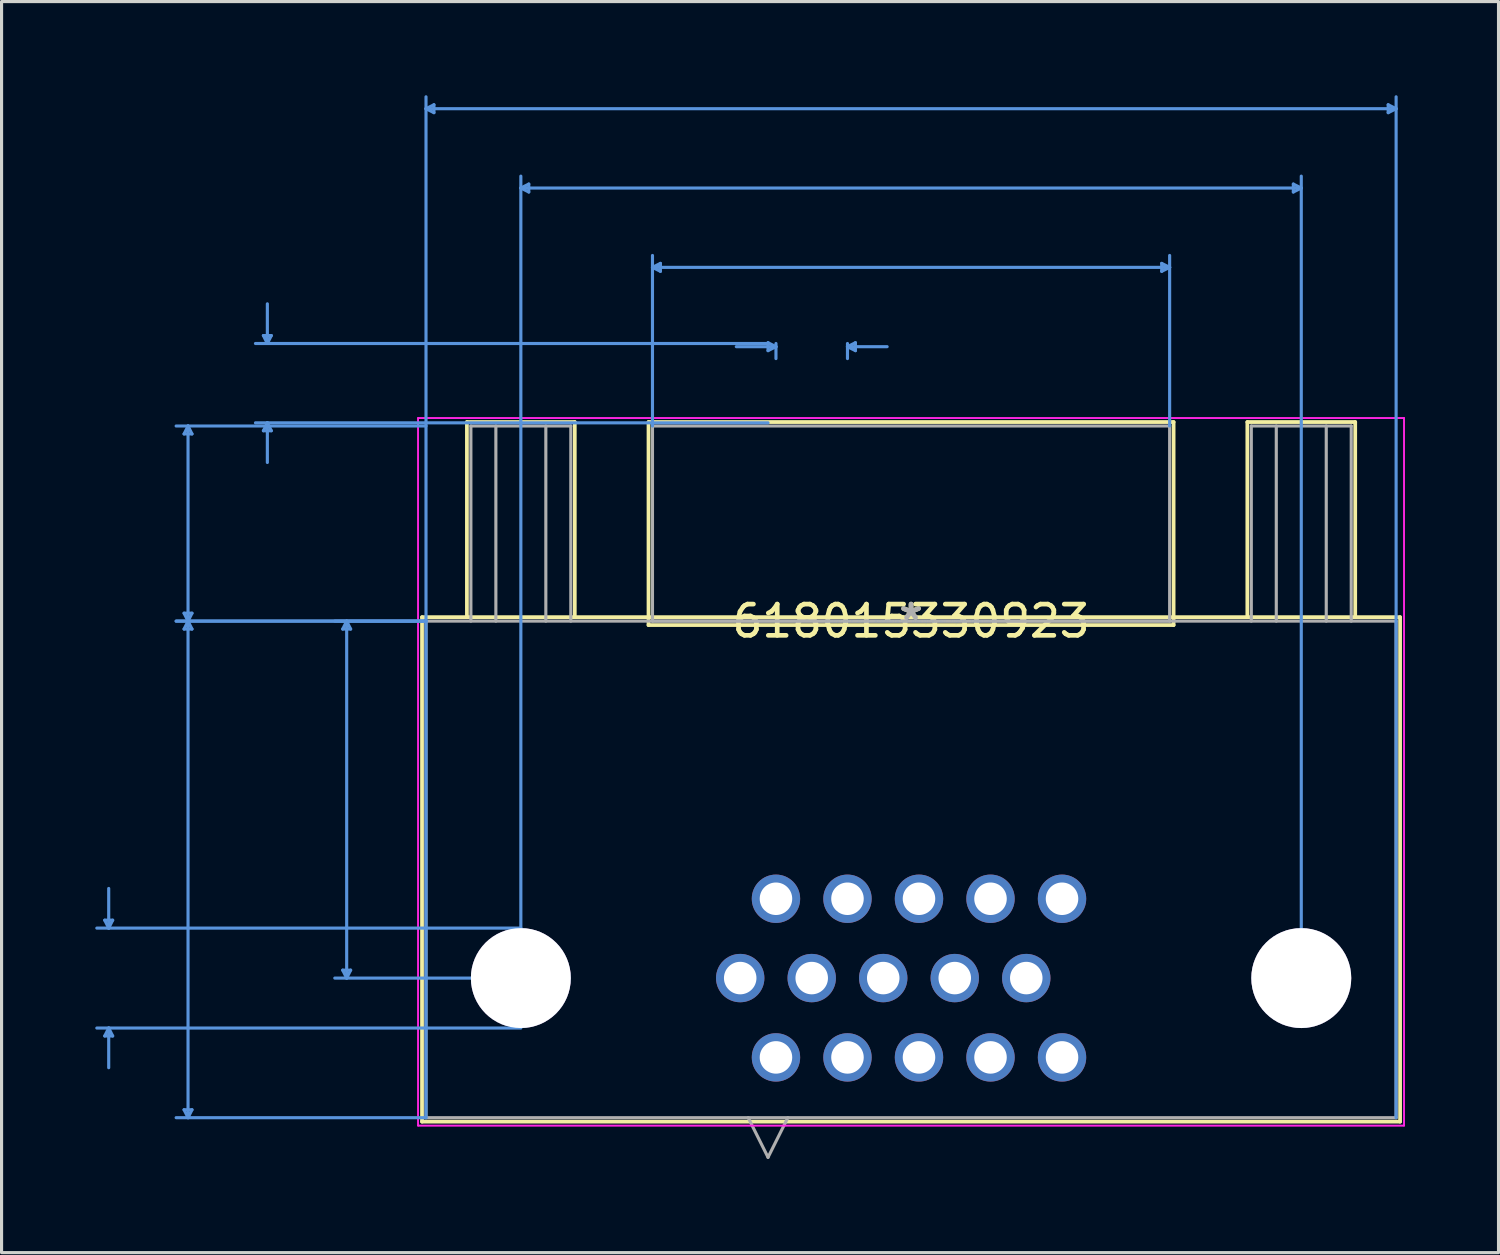
<source format=kicad_pcb>
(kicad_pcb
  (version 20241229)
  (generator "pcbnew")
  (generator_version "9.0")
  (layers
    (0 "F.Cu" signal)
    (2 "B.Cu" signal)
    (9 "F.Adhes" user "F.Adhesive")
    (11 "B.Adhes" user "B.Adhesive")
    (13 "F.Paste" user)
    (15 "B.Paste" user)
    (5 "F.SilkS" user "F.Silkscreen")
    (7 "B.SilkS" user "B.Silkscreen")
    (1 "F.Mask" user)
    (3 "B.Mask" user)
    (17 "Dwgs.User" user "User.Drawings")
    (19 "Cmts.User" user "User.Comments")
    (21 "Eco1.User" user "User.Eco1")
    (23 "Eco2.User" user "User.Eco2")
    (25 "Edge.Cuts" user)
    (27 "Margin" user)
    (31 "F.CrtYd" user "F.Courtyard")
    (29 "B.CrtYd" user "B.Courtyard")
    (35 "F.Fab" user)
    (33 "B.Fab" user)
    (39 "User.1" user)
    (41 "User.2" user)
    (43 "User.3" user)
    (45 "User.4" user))
  (footprint "618015330923"
    (layer "F.Cu")
    (at 26.123 16.839)
    (property "Reference" "618015330923" (at 0 0 0) (layer "F.SilkS") (effects (font (size 1 1) (thickness 0.15))))
    (attr through_hole)
    (fp_line (start -15.659 -0.127) (end -15.659 16.027) (stroke (width 0.12) (type solid)) (layer "F.SilkS"))
    (fp_line (start -15.659 16.027) (end 15.659 16.027) (stroke (width 0.12) (type solid)) (layer "F.SilkS"))
    (fp_line (start -14.222 -6.375) (end -10.768 -6.375) (stroke (width 0.12) (type solid)) (layer "F.SilkS"))
    (fp_line (start -14.222 -0.127) (end -14.222 -6.375) (stroke (width 0.12) (type solid)) (layer "F.SilkS"))
    (fp_line (start -10.768 -6.375) (end -10.768 -0.127) (stroke (width 0.12) (type solid)) (layer "F.SilkS"))
    (fp_line (start -8.407 -6.375) (end -8.407 0.127) (stroke (width 0.12) (type solid)) (layer "F.SilkS"))
    (fp_line (start -8.407 0.127) (end 8.407 0.127) (stroke (width 0.12) (type solid)) (layer "F.SilkS"))
    (fp_line (start 8.407 -6.375) (end -8.407 -6.375) (stroke (width 0.12) (type solid)) (layer "F.SilkS"))
    (fp_line (start 8.407 0.127) (end 8.407 -6.375) (stroke (width 0.12) (type solid)) (layer "F.SilkS"))
    (fp_line (start 10.768 -6.375) (end 14.222 -6.375) (stroke (width 0.12) (type solid)) (layer "F.SilkS"))
    (fp_line (start 10.768 -0.127) (end 10.768 -6.375) (stroke (width 0.12) (type solid)) (layer "F.SilkS"))
    (fp_line (start 14.222 -6.375) (end 14.222 -0.127) (stroke (width 0.12) (type solid)) (layer "F.SilkS"))
    (fp_line (start 15.659 -0.127) (end -15.659 -0.127) (stroke (width 0.12) (type solid)) (layer "F.SilkS"))
    (fp_line (start 15.659 16.027) (end 15.659 -0.127) (stroke (width 0.12) (type solid)) (layer "F.SilkS"))
    (fp_line (start -25.819 9.576) (end -25.565 9.576) (stroke (width 0.1) (type solid)) (layer "Cmts.User"))
    (fp_line (start -25.819 13.284) (end -25.565 13.284) (stroke (width 0.1) (type solid)) (layer "Cmts.User"))
    (fp_line (start -25.692 9.83) (end -25.819 9.576) (stroke (width 0.1) (type solid)) (layer "Cmts.User"))
    (fp_line (start -25.692 9.83) (end -25.692 8.56) (stroke (width 0.1) (type solid)) (layer "Cmts.User"))
    (fp_line (start -25.692 9.83) (end -25.565 9.576) (stroke (width 0.1) (type solid)) (layer "Cmts.User"))
    (fp_line (start -25.692 13.03) (end -25.819 13.284) (stroke (width 0.1) (type solid)) (layer "Cmts.User"))
    (fp_line (start -25.692 13.03) (end -25.692 14.3) (stroke (width 0.1) (type solid)) (layer "Cmts.User"))
    (fp_line (start -25.692 13.03) (end -25.565 13.284) (stroke (width 0.1) (type solid)) (layer "Cmts.User"))
    (fp_line (start -23.279 -5.994) (end -23.025 -5.994) (stroke (width 0.1) (type solid)) (layer "Cmts.User"))
    (fp_line (start -23.279 -0.254) (end -23.025 -0.254) (stroke (width 0.1) (type solid)) (layer "Cmts.User"))
    (fp_line (start -23.279 0.254) (end -23.025 0.254) (stroke (width 0.1) (type solid)) (layer "Cmts.User"))
    (fp_line (start -23.279 15.646) (end -23.025 15.646) (stroke (width 0.1) (type solid)) (layer "Cmts.User"))
    (fp_line (start -23.152 -6.248) (end -23.279 -5.994) (stroke (width 0.1) (type solid)) (layer "Cmts.User"))
    (fp_line (start -23.152 -6.248) (end -23.152 0) (stroke (width 0.1) (type solid)) (layer "Cmts.User"))
    (fp_line (start -23.152 -6.248) (end -23.025 -5.994) (stroke (width 0.1) (type solid)) (layer "Cmts.User"))
    (fp_line (start -23.152 0) (end -23.279 -0.254) (stroke (width 0.1) (type solid)) (layer "Cmts.User"))
    (fp_line (start -23.152 0) (end -23.279 0.254) (stroke (width 0.1) (type solid)) (layer "Cmts.User"))
    (fp_line (start -23.152 0) (end -23.152 15.9) (stroke (width 0.1) (type solid)) (layer "Cmts.User"))
    (fp_line (start -23.152 0) (end -23.025 -0.254) (stroke (width 0.1) (type solid)) (layer "Cmts.User"))
    (fp_line (start -23.152 0) (end -23.025 0.254) (stroke (width 0.1) (type solid)) (layer "Cmts.User"))
    (fp_line (start -23.152 15.9) (end -23.279 15.646) (stroke (width 0.1) (type solid)) (layer "Cmts.User"))
    (fp_line (start -23.152 15.9) (end -23.025 15.646) (stroke (width 0.1) (type solid)) (layer "Cmts.User"))
    (fp_line (start -20.739 -9.144) (end -20.485 -9.144) (stroke (width 0.1) (type solid)) (layer "Cmts.User"))
    (fp_line (start -20.739 -6.096) (end -20.485 -6.096) (stroke (width 0.1) (type solid)) (layer "Cmts.User"))
    (fp_line (start -20.612 -8.89) (end -20.739 -9.144) (stroke (width 0.1) (type solid)) (layer "Cmts.User"))
    (fp_line (start -20.612 -8.89) (end -20.612 -10.16) (stroke (width 0.1) (type solid)) (layer "Cmts.User"))
    (fp_line (start -20.612 -8.89) (end -20.485 -9.144) (stroke (width 0.1) (type solid)) (layer "Cmts.User"))
    (fp_line (start -20.612 -6.35) (end -20.739 -6.096) (stroke (width 0.1) (type solid)) (layer "Cmts.User"))
    (fp_line (start -20.612 -6.35) (end -20.612 -5.08) (stroke (width 0.1) (type solid)) (layer "Cmts.User"))
    (fp_line (start -20.612 -6.35) (end -20.485 -6.096) (stroke (width 0.1) (type solid)) (layer "Cmts.User"))
    (fp_line (start -18.199 0.254) (end -17.945 0.254) (stroke (width 0.1) (type solid)) (layer "Cmts.User"))
    (fp_line (start -18.199 11.176) (end -17.945 11.176) (stroke (width 0.1) (type solid)) (layer "Cmts.User"))
    (fp_line (start -18.072 0) (end -18.199 0.254) (stroke (width 0.1) (type solid)) (layer "Cmts.User"))
    (fp_line (start -18.072 0) (end -18.072 11.43) (stroke (width 0.1) (type solid)) (layer "Cmts.User"))
    (fp_line (start -18.072 0) (end -17.945 0.254) (stroke (width 0.1) (type solid)) (layer "Cmts.User"))
    (fp_line (start -18.072 11.43) (end -18.199 11.176) (stroke (width 0.1) (type solid)) (layer "Cmts.User"))
    (fp_line (start -18.072 11.43) (end -17.945 11.176) (stroke (width 0.1) (type solid)) (layer "Cmts.User"))
    (fp_line (start -15.532 -16.408) (end -15.278 -16.535) (stroke (width 0.1) (type solid)) (layer "Cmts.User"))
    (fp_line (start -15.532 -16.408) (end -15.278 -16.281) (stroke (width 0.1) (type solid)) (layer "Cmts.User"))
    (fp_line (start -15.532 -16.408) (end 15.532 -16.408) (stroke (width 0.1) (type solid)) (layer "Cmts.User"))
    (fp_line (start -15.532 -6.248) (end -23.533 -6.248) (stroke (width 0.1) (type solid)) (layer "Cmts.User"))
    (fp_line (start -15.532 0) (end -23.533 0) (stroke (width 0.1) (type solid)) (layer "Cmts.User"))
    (fp_line (start -15.532 0) (end -23.533 0) (stroke (width 0.1) (type solid)) (layer "Cmts.User"))
    (fp_line (start -15.532 0) (end -18.453 0) (stroke (width 0.1) (type solid)) (layer "Cmts.User"))
    (fp_line (start -15.532 15.9) (end -23.533 15.9) (stroke (width 0.1) (type solid)) (layer "Cmts.User"))
    (fp_line (start -15.532 15.9) (end -15.532 -16.789) (stroke (width 0.1) (type solid)) (layer "Cmts.User"))
    (fp_line (start -15.278 -16.535) (end -15.278 -16.281) (stroke (width 0.1) (type solid)) (layer "Cmts.User"))
    (fp_line (start -12.495 -13.868) (end -12.241 -13.995) (stroke (width 0.1) (type solid)) (layer "Cmts.User"))
    (fp_line (start -12.495 -13.868) (end -12.241 -13.741) (stroke (width 0.1) (type solid)) (layer "Cmts.User"))
    (fp_line (start -12.495 -13.868) (end 12.495 -13.868) (stroke (width 0.1) (type solid)) (layer "Cmts.User"))
    (fp_line (start -12.495 9.83) (end -26.073 9.83) (stroke (width 0.1) (type solid)) (layer "Cmts.User"))
    (fp_line (start -12.495 11.43) (end -18.453 11.43) (stroke (width 0.1) (type solid)) (layer "Cmts.User"))
    (fp_line (start -12.495 11.43) (end -12.495 -14.249) (stroke (width 0.1) (type solid)) (layer "Cmts.User"))
    (fp_line (start -12.495 13.03) (end -26.073 13.03) (stroke (width 0.1) (type solid)) (layer "Cmts.User"))
    (fp_line (start -12.241 -13.995) (end -12.241 -13.741) (stroke (width 0.1) (type solid)) (layer "Cmts.User"))
    (fp_line (start -8.28 -11.328) (end -8.026 -11.455) (stroke (width 0.1) (type solid)) (layer "Cmts.User"))
    (fp_line (start -8.28 -11.328) (end -8.026 -11.201) (stroke (width 0.1) (type solid)) (layer "Cmts.User"))
    (fp_line (start -8.28 -11.328) (end 8.28 -11.328) (stroke (width 0.1) (type solid)) (layer "Cmts.User"))
    (fp_line (start -8.28 -6.248) (end -8.28 -11.709) (stroke (width 0.1) (type solid)) (layer "Cmts.User"))
    (fp_line (start -8.026 -11.455) (end -8.026 -11.201) (stroke (width 0.1) (type solid)) (layer "Cmts.User"))
    (fp_line (start -4.58 -8.915) (end -4.58 -8.661) (stroke (width 0.1) (type solid)) (layer "Cmts.User"))
    (fp_line (start -4.58 -8.89) (end -20.993 -8.89) (stroke (width 0.1) (type solid)) (layer "Cmts.User"))
    (fp_line (start -4.58 -6.35) (end -20.993 -6.35) (stroke (width 0.1) (type solid)) (layer "Cmts.User"))
    (fp_line (start -4.326 -8.89) (end -4.326 -8.407) (stroke (width 0.1) (type solid)) (layer "Cmts.User"))
    (fp_line (start -4.326 -8.788) (end -5.596 -8.788) (stroke (width 0.1) (type solid)) (layer "Cmts.User"))
    (fp_line (start -4.326 -8.788) (end -4.58 -8.915) (stroke (width 0.1) (type solid)) (layer "Cmts.User"))
    (fp_line (start -4.326 -8.788) (end -4.58 -8.661) (stroke (width 0.1) (type solid)) (layer "Cmts.User"))
    (fp_line (start -2.036 -8.89) (end -2.036 -8.407) (stroke (width 0.1) (type solid)) (layer "Cmts.User"))
    (fp_line (start -2.036 -8.788) (end -1.782 -8.915) (stroke (width 0.1) (type solid)) (layer "Cmts.User"))
    (fp_line (start -2.036 -8.788) (end -1.782 -8.661) (stroke (width 0.1) (type solid)) (layer "Cmts.User"))
    (fp_line (start -2.036 -8.788) (end -0.766 -8.788) (stroke (width 0.1) (type solid)) (layer "Cmts.User"))
    (fp_line (start -1.782 -8.915) (end -1.782 -8.661) (stroke (width 0.1) (type solid)) (layer "Cmts.User"))
    (fp_line (start 8.026 -11.455) (end 8.026 -11.201) (stroke (width 0.1) (type solid)) (layer "Cmts.User"))
    (fp_line (start 8.28 -11.328) (end 8.026 -11.455) (stroke (width 0.1) (type solid)) (layer "Cmts.User"))
    (fp_line (start 8.28 -11.328) (end 8.026 -11.201) (stroke (width 0.1) (type solid)) (layer "Cmts.User"))
    (fp_line (start 8.28 -6.248) (end 8.28 -11.709) (stroke (width 0.1) (type solid)) (layer "Cmts.User"))
    (fp_line (start 12.241 -13.995) (end 12.241 -13.741) (stroke (width 0.1) (type solid)) (layer "Cmts.User"))
    (fp_line (start 12.495 -13.868) (end 12.241 -13.995) (stroke (width 0.1) (type solid)) (layer "Cmts.User"))
    (fp_line (start 12.495 -13.868) (end 12.241 -13.741) (stroke (width 0.1) (type solid)) (layer "Cmts.User"))
    (fp_line (start 12.495 11.43) (end 12.495 -14.249) (stroke (width 0.1) (type solid)) (layer "Cmts.User"))
    (fp_line (start 15.278 -16.535) (end 15.278 -16.281) (stroke (width 0.1) (type solid)) (layer "Cmts.User"))
    (fp_line (start 15.532 -16.408) (end 15.278 -16.535) (stroke (width 0.1) (type solid)) (layer "Cmts.User"))
    (fp_line (start 15.532 -16.408) (end 15.278 -16.281) (stroke (width 0.1) (type solid)) (layer "Cmts.User"))
    (fp_line (start 15.532 15.9) (end 15.532 -16.789) (stroke (width 0.1) (type solid)) (layer "Cmts.User"))
    (fp_line (start -15.786 -6.502) (end -15.786 16.154) (stroke (width 0.05) (type solid)) (layer "F.CrtYd"))
    (fp_line (start -15.786 -6.502) (end -15.786 16.154) (stroke (width 0.05) (type solid)) (layer "F.CrtYd"))
    (fp_line (start -15.786 16.154) (end 15.786 16.154) (stroke (width 0.05) (type solid)) (layer "F.CrtYd"))
    (fp_line (start -15.786 16.154) (end 15.786 16.154) (stroke (width 0.05) (type solid)) (layer "F.CrtYd"))
    (fp_line (start 15.786 -6.502) (end -15.786 -6.502) (stroke (width 0.05) (type solid)) (layer "F.CrtYd"))
    (fp_line (start 15.786 -6.502) (end -15.786 -6.502) (stroke (width 0.05) (type solid)) (layer "F.CrtYd"))
    (fp_line (start 15.786 16.154) (end 15.786 -6.502) (stroke (width 0.05) (type solid)) (layer "F.CrtYd"))
    (fp_line (start 15.786 16.154) (end 15.786 -6.502) (stroke (width 0.05) (type solid)) (layer "F.CrtYd"))
    (fp_line (start -15.532 0) (end -15.532 15.9) (stroke (width 0.1) (type solid)) (layer "F.Fab"))
    (fp_line (start -15.532 15.9) (end 15.532 15.9) (stroke (width 0.1) (type solid)) (layer "F.Fab"))
    (fp_line (start -14.095 -6.248) (end -10.895 -6.248) (stroke (width 0.1) (type solid)) (layer "F.Fab"))
    (fp_line (start -14.095 0) (end -14.095 -6.248) (stroke (width 0.1) (type solid)) (layer "F.Fab"))
    (fp_line (start -13.295 0) (end -13.295 -6.248) (stroke (width 0.1) (type solid)) (layer "F.Fab"))
    (fp_line (start -11.695 -6.248) (end -11.695 0) (stroke (width 0.1) (type solid)) (layer "F.Fab"))
    (fp_line (start -10.895 -6.248) (end -10.895 0) (stroke (width 0.1) (type solid)) (layer "F.Fab"))
    (fp_line (start -8.28 -6.248) (end -8.28 0) (stroke (width 0.1) (type solid)) (layer "F.Fab"))
    (fp_line (start -8.28 0) (end 8.28 0) (stroke (width 0.1) (type solid)) (layer "F.Fab"))
    (fp_line (start -5.215 15.9) (end -4.58 17.17) (stroke (width 0.1) (type solid)) (layer "F.Fab"))
    (fp_line (start -3.945 15.9) (end -4.58 17.17) (stroke (width 0.1) (type solid)) (layer "F.Fab"))
    (fp_line (start 8.28 -6.248) (end -8.28 -6.248) (stroke (width 0.1) (type solid)) (layer "F.Fab"))
    (fp_line (start 8.28 0) (end 8.28 -6.248) (stroke (width 0.1) (type solid)) (layer "F.Fab"))
    (fp_line (start 10.895 -6.248) (end 14.095 -6.248) (stroke (width 0.1) (type solid)) (layer "F.Fab"))
    (fp_line (start 10.895 0) (end 10.895 -6.248) (stroke (width 0.1) (type solid)) (layer "F.Fab"))
    (fp_line (start 11.695 0) (end 11.695 -6.248) (stroke (width 0.1) (type solid)) (layer "F.Fab"))
    (fp_line (start 13.295 -6.248) (end 13.295 0) (stroke (width 0.1) (type solid)) (layer "F.Fab"))
    (fp_line (start 14.095 -6.248) (end 14.095 0) (stroke (width 0.1) (type solid)) (layer "F.Fab"))
    (fp_line (start 15.532 0) (end -15.532 0) (stroke (width 0.1) (type solid)) (layer "F.Fab"))
    (fp_line (start 15.532 15.9) (end 15.532 0) (stroke (width 0.1) (type solid)) (layer "F.Fab"))
    (fp_text user "*" (at 0 0 0) (layer "F.SilkS") (effects (font (size 1 1) (thickness 0.15))))
    (fp_text user "Copyright 2021 Accelerated Designs. All rights reserved." (at 0 0 0) (layer "Cmts.User") (effects (font (size 0.127 0.127) (thickness 0.002))))
    (fp_text user "*" (at 0 0 0) (layer "F.Fab") (effects (font (size 1 1) (thickness 0.15))))
    (pad "0" thru_hole circle (at -12.495 11.43) (size 3.2 3.2) (drill 3.2) (layers "*.Cu" "*.Mask"))
    (pad "0" thru_hole circle (at 12.495 11.43) (size 3.2 3.2) (drill 3.2) (layers "*.Cu" "*.Mask"))
    (pad "1" thru_hole circle (at -4.326 13.97) (size 1.549 1.549) (drill 1.041) (layers "*.Cu" "*.Mask"))
    (pad "2" thru_hole circle (at -2.036 13.97) (size 1.549 1.549) (drill 1.041) (layers "*.Cu" "*.Mask"))
    (pad "3" thru_hole circle (at 0.254 13.97) (size 1.549 1.549) (drill 1.041) (layers "*.Cu" "*.Mask"))
    (pad "4" thru_hole circle (at 2.544 13.97) (size 1.549 1.549) (drill 1.041) (layers "*.Cu" "*.Mask"))
    (pad "5" thru_hole circle (at 4.834 13.97) (size 1.549 1.549) (drill 1.041) (layers "*.Cu" "*.Mask"))
    (pad "6" thru_hole circle (at -5.471 11.43) (size 1.549 1.549) (drill 1.041) (layers "*.Cu" "*.Mask"))
    (pad "7" thru_hole circle (at -3.181 11.43) (size 1.549 1.549) (drill 1.041) (layers "*.Cu" "*.Mask"))
    (pad "8" thru_hole circle (at -0.891 11.43) (size 1.549 1.549) (drill 1.041) (layers "*.Cu" "*.Mask"))
    (pad "9" thru_hole circle (at 1.399 11.43) (size 1.549 1.549) (drill 1.041) (layers "*.Cu" "*.Mask"))
    (pad "10" thru_hole circle (at 3.689 11.43) (size 1.549 1.549) (drill 1.041) (layers "*.Cu" "*.Mask"))
    (pad "11" thru_hole circle (at -4.326 8.89) (size 1.549 1.549) (drill 1.041) (layers "*.Cu" "*.Mask"))
    (pad "12" thru_hole circle (at -2.036 8.89) (size 1.549 1.549) (drill 1.041) (layers "*.Cu" "*.Mask"))
    (pad "13" thru_hole circle (at 0.254 8.89) (size 1.549 1.549) (drill 1.041) (layers "*.Cu" "*.Mask"))
    (pad "14" thru_hole circle (at 2.544 8.89) (size 1.549 1.549) (drill 1.041) (layers "*.Cu" "*.Mask"))
    (pad "15" thru_hole circle (at 4.834 8.89) (size 1.549 1.549) (drill 1.041) (layers "*.Cu" "*.Mask")))
  (gr_rect
    (start -3 -3)
    (end 44.934 37.06)
    (stroke (width 0.1) (type default))
    (fill no)
    (layer "Edge.Cuts")))
</source>
